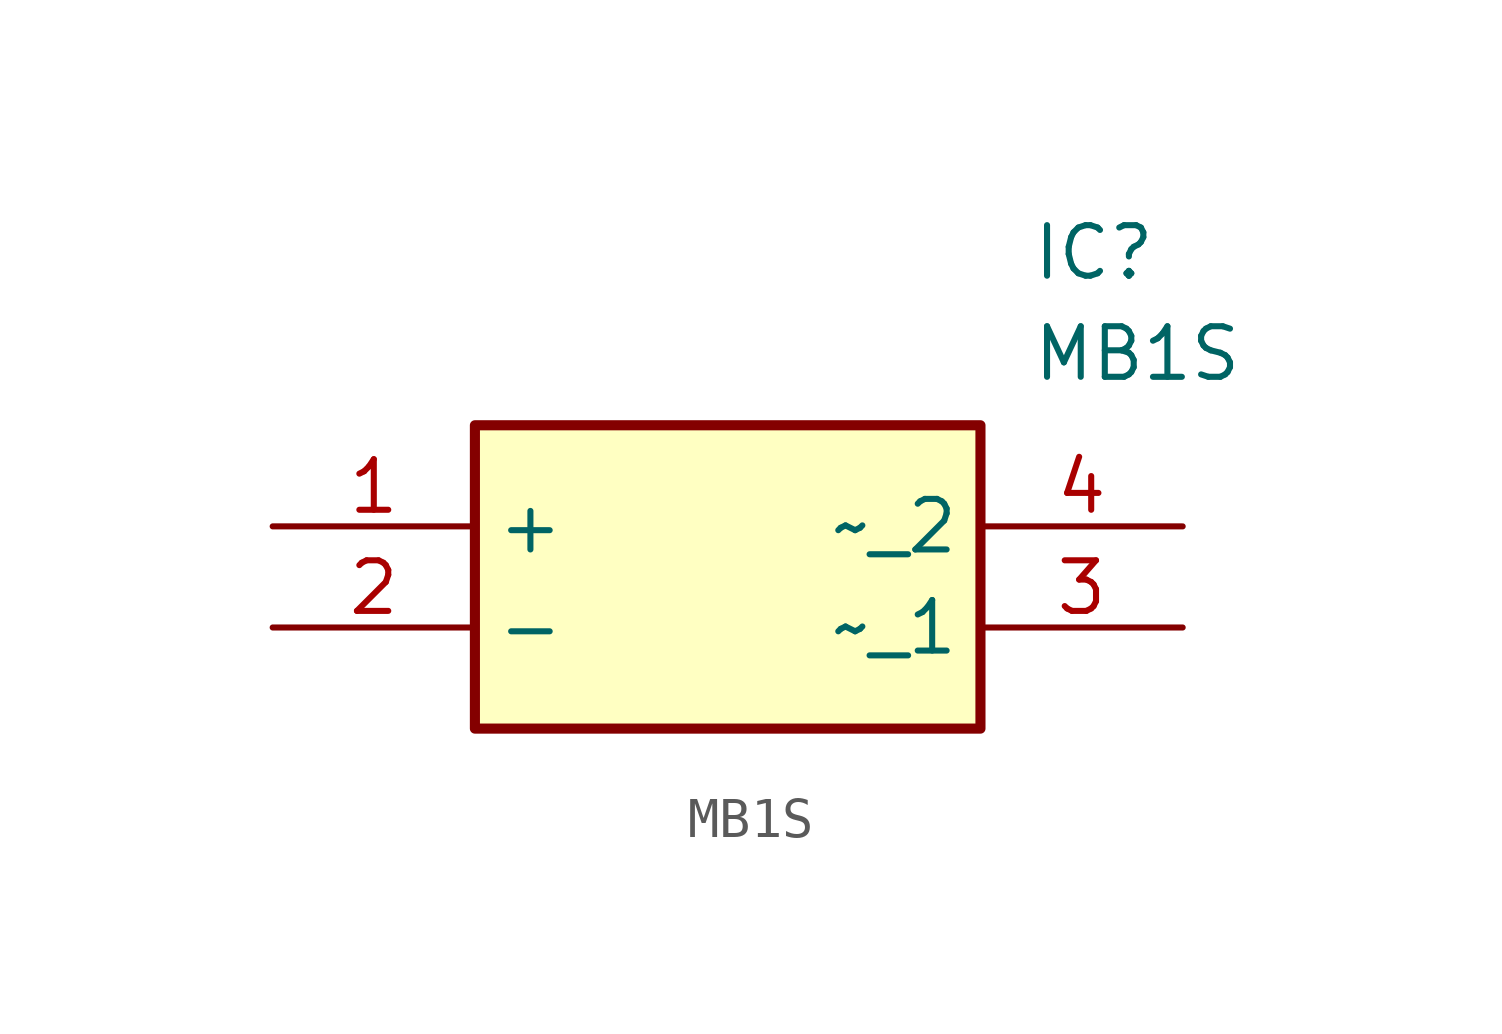
<source format=kicad_sym>
(kicad_symbol_lib
  (version 20231120)
  (generator "kicad_symbol_editor")
  (generator_version "8.0")
  (symbol "MB1S"
    (property "Reference" "IC"
      (at 19.05 7.62 0)
      (effects (font (size 1.27 1.27)) (justify left top)))
    (property "Value" "MB1S"
      (at 19.05 5.08 0)
      (effects (font (size 1.27 1.27)) (justify left top)))
    (symbol "MB1S_1_1"
      (rectangle (start 5.08 2.54) (end 17.78 -5.08) (stroke (width 0.254) (type default)) (fill (type background)))
      (pin passive line (at 0 0 0) (length 5.08) (name "+" (effects (font (size 1.27 1.27)))) (number "1" (effects (font (size 1.27 1.27)))))
      (pin passive line (at 0 -2.54 0) (length 5.08) (name "-" (effects (font (size 1.27 1.27)))) (number "2" (effects (font (size 1.27 1.27)))))
      (pin passive line (at 22.86 -2.54 180) (length 5.08) (name "~_1" (effects (font (size 1.27 1.27)))) (number "3" (effects (font (size 1.27 1.27)))))
      (pin passive line (at 22.86 0 180) (length 5.08) (name "~_2" (effects (font (size 1.27 1.27)))) (number "4" (effects (font (size 1.27 1.27))))))))
</source>
